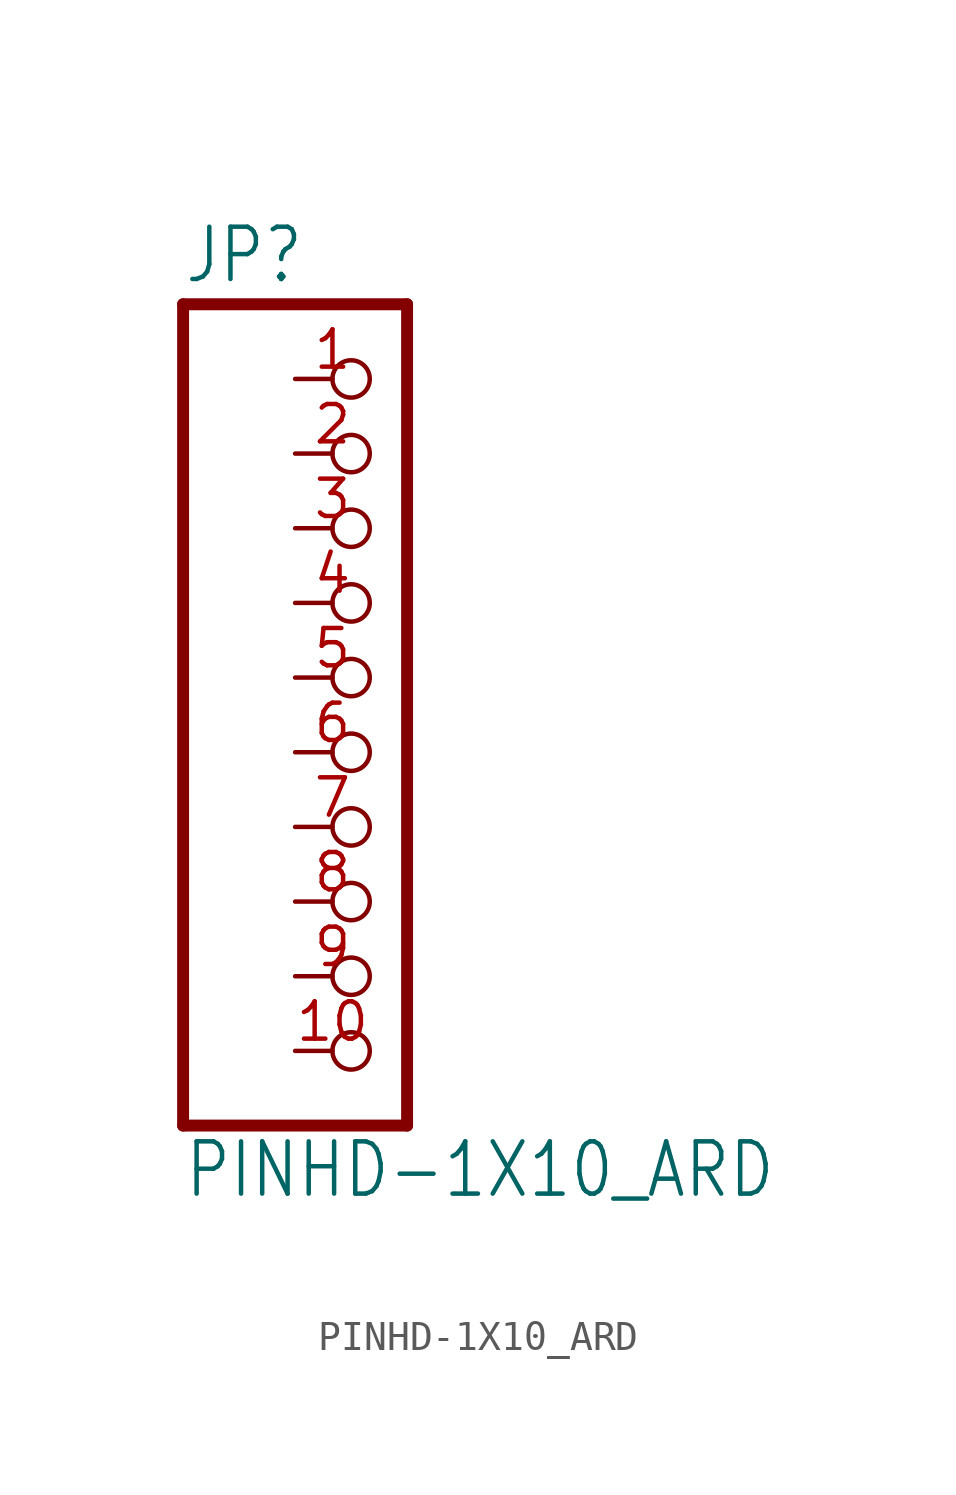
<source format=kicad_sym>
(kicad_symbol_lib
  (version 20211014)
  (generator kicad_symbol_editor)
  (symbol "PINHD-1X10_ARD"
    (property "Reference" "JP"
      (at -6.35 13.335 0)
      (effects (font (size 1.778 1.511)) (justify left bottom)))
    (property "Value" "PINHD-1X10_ARD"
      (at -6.35 -17.78 0)
      (effects (font (size 1.778 1.511)) (justify left bottom)))
    (property "ki_locked" ""
      (at 0 0 0)
      (effects (font (size 1.27 1.27))))
    (symbol "PINHD-1X10_ARD_1_0"
      (polyline (pts (xy -6.35 -15.24) (xy 1.27 -15.24)) (stroke (width 0.406) (type default) (color 0 0 0 0)) (fill (type none)))
      (polyline (pts (xy -6.35 12.7) (xy -6.35 -15.24)) (stroke (width 0.406) (type default) (color 0 0 0 0)) (fill (type none)))
      (polyline (pts (xy 1.27 -15.24) (xy 1.27 12.7)) (stroke (width 0.406) (type default) (color 0 0 0 0)) (fill (type none)))
      (polyline (pts (xy 1.27 12.7) (xy -6.35 12.7)) (stroke (width 0.406) (type default) (color 0 0 0 0)) (fill (type none)))
      (pin passive inverted (at -2.54 10.16 0) (length 2.54) (name "1" (effects (font (size 0 0)))) (number "1" (effects (font (size 1.27 1.27)))))
      (pin passive inverted (at -2.54 -12.7 0) (length 2.54) (name "10" (effects (font (size 0 0)))) (number "10" (effects (font (size 1.27 1.27)))))
      (pin passive inverted (at -2.54 7.62 0) (length 2.54) (name "2" (effects (font (size 0 0)))) (number "2" (effects (font (size 1.27 1.27)))))
      (pin passive inverted (at -2.54 5.08 0) (length 2.54) (name "3" (effects (font (size 0 0)))) (number "3" (effects (font (size 1.27 1.27)))))
      (pin passive inverted (at -2.54 2.54 0) (length 2.54) (name "4" (effects (font (size 0 0)))) (number "4" (effects (font (size 1.27 1.27)))))
      (pin passive inverted (at -2.54 0 0) (length 2.54) (name "5" (effects (font (size 0 0)))) (number "5" (effects (font (size 1.27 1.27)))))
      (pin passive inverted (at -2.54 -2.54 0) (length 2.54) (name "6" (effects (font (size 0 0)))) (number "6" (effects (font (size 1.27 1.27)))))
      (pin passive inverted (at -2.54 -5.08 0) (length 2.54) (name "7" (effects (font (size 0 0)))) (number "7" (effects (font (size 1.27 1.27)))))
      (pin passive inverted (at -2.54 -7.62 0) (length 2.54) (name "8" (effects (font (size 0 0)))) (number "8" (effects (font (size 1.27 1.27)))))
      (pin passive inverted (at -2.54 -10.16 0) (length 2.54) (name "9" (effects (font (size 0 0)))) (number "9" (effects (font (size 1.27 1.27))))))))
</source>
